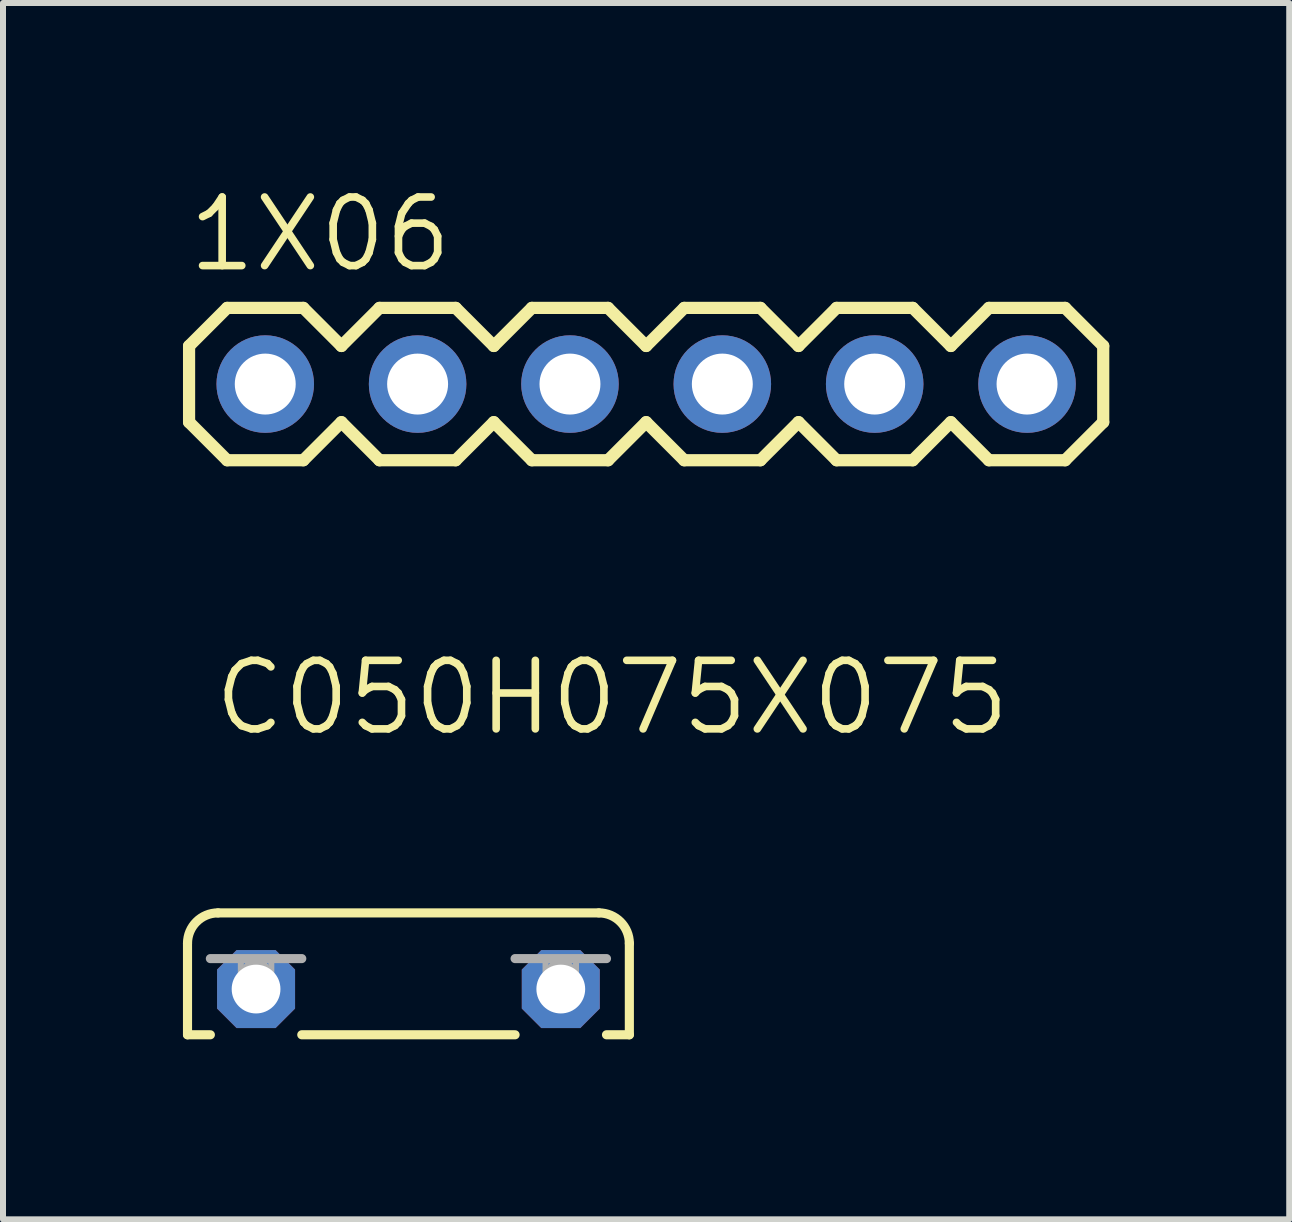
<source format=kicad_pcb>
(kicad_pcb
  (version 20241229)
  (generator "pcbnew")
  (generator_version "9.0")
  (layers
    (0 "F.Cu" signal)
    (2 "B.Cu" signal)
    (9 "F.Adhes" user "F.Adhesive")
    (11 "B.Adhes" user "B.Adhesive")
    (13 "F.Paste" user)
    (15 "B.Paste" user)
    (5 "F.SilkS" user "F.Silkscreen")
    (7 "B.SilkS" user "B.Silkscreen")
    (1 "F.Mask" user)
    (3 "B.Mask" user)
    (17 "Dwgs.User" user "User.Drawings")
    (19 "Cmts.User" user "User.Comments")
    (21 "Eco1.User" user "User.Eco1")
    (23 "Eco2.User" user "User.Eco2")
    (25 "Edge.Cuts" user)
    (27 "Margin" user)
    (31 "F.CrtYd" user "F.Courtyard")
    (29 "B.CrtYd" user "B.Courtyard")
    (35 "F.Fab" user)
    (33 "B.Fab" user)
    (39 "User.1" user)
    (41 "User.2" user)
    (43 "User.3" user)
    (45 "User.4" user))
  (footprint "C050H075X075"
    (layer "F.Cu")
    (at 3.759 13.439)
    (property "Reference" "C050H075X075" (at -3.302 -4.191 0) (layer "F.SilkS") (effects (font (size 1.143 1.143) (thickness 0.127)) (justify left bottom)))
    (fp_line (start -3.683 -0.762) (end -3.683 0.762) (stroke (width 0.152) (type solid)) (layer "F.SilkS"))
    (fp_line (start -3.683 0.762) (end -3.302 0.762) (stroke (width 0.152) (type solid)) (layer "F.SilkS"))
    (fp_line (start -1.778 0.762) (end 1.778 0.762) (stroke (width 0.152) (type solid)) (layer "F.SilkS"))
    (fp_line (start 3.175 -1.27) (end -3.175 -1.27) (stroke (width 0.152) (type solid)) (layer "F.SilkS"))
    (fp_line (start 3.302 0.762) (end 3.683 0.762) (stroke (width 0.152) (type solid)) (layer "F.SilkS"))
    (fp_line (start 3.683 0.762) (end 3.683 -0.762) (stroke (width 0.152) (type solid)) (layer "F.SilkS"))
    (fp_arc (start -3.683 -0.762) (mid -3.53421 -1.12121) (end -3.175 -1.27) (stroke (width 0.1524) (type solid)) (layer "F.SilkS"))
    (fp_arc (start 3.175 -1.27) (mid 3.53421 -1.12121) (end 3.683 -0.762) (stroke (width 0.1524) (type solid)) (layer "F.SilkS"))
    (fp_line (start -3.302 -0.508) (end -1.778 -0.508) (stroke (width 0.152) (type solid)) (layer "F.Fab"))
    (fp_line (start -2.54 0) (end -2.54 -0.254) (stroke (width 0.508) (type solid)) (layer "F.Fab"))
    (fp_line (start 1.778 -0.508) (end 3.302 -0.508) (stroke (width 0.152) (type solid)) (layer "F.Fab"))
    (fp_line (start 2.54 0) (end 2.54 -0.254) (stroke (width 0.508) (type solid)) (layer "F.Fab"))
    (fp_poly (pts (xy -2.794 -0.127) (xy -2.286 -0.127) (xy -2.286 -0.508) (xy -2.794 -0.508)) (stroke (width 0.1) (type solid)) (fill no) (layer "F.Fab"))
    (fp_poly (pts (xy 2.286 -0.127) (xy 2.794 -0.127) (xy 2.794 -0.508) (xy 2.286 -0.508)) (stroke (width 0.1) (type solid)) (fill no) (layer "F.Fab"))
    (pad "1" thru_hole roundrect (at -2.54 0) (size 1.3 1.3) (drill 0.813) (layers "*.Cu" "*.Mask") (roundrect_rratio 0.25) (chamfer_ratio 0.25) (chamfer top_left top_right bottom_left bottom_right))
    (pad "2" thru_hole roundrect (at 2.54 0) (size 1.3 1.3) (drill 0.813) (layers "*.Cu" "*.Mask") (roundrect_rratio 0.25) (chamfer_ratio 0.25) (chamfer top_left top_right bottom_left bottom_right)))
  (footprint "1X06"
    (layer "F.Cu")
    (at 1.372 3.353)
    (property "Reference" "1X06" (at -1.346 -1.829 0) (layer "F.SilkS") (effects (font (size 1.143 1.143) (thickness 0.127)) (justify left bottom)))
    (fp_line (start -1.27 -0.635) (end -1.27 0.635) (stroke (width 0.203) (type solid)) (layer "F.SilkS"))
    (fp_line (start -1.27 0.635) (end -0.635 1.27) (stroke (width 0.203) (type solid)) (layer "F.SilkS"))
    (fp_line (start -0.635 -1.27) (end -1.27 -0.635) (stroke (width 0.203) (type solid)) (layer "F.SilkS"))
    (fp_line (start -0.635 -1.27) (end 0.635 -1.27) (stroke (width 0.203) (type solid)) (layer "F.SilkS"))
    (fp_line (start 0.635 -1.27) (end 1.27 -0.635) (stroke (width 0.203) (type solid)) (layer "F.SilkS"))
    (fp_line (start 0.635 1.27) (end -0.635 1.27) (stroke (width 0.203) (type solid)) (layer "F.SilkS"))
    (fp_line (start 1.27 -0.635) (end 1.905 -1.27) (stroke (width 0.203) (type solid)) (layer "F.SilkS"))
    (fp_line (start 1.27 0.635) (end 0.635 1.27) (stroke (width 0.203) (type solid)) (layer "F.SilkS"))
    (fp_line (start 1.905 -1.27) (end 3.175 -1.27) (stroke (width 0.203) (type solid)) (layer "F.SilkS"))
    (fp_line (start 1.905 1.27) (end 1.27 0.635) (stroke (width 0.203) (type solid)) (layer "F.SilkS"))
    (fp_line (start 3.175 -1.27) (end 3.81 -0.635) (stroke (width 0.203) (type solid)) (layer "F.SilkS"))
    (fp_line (start 3.175 1.27) (end 1.905 1.27) (stroke (width 0.203) (type solid)) (layer "F.SilkS"))
    (fp_line (start 3.81 -0.635) (end 4.445 -1.27) (stroke (width 0.203) (type solid)) (layer "F.SilkS"))
    (fp_line (start 3.81 0.635) (end 3.175 1.27) (stroke (width 0.203) (type solid)) (layer "F.SilkS"))
    (fp_line (start 4.445 -1.27) (end 5.715 -1.27) (stroke (width 0.203) (type solid)) (layer "F.SilkS"))
    (fp_line (start 4.445 1.27) (end 3.81 0.635) (stroke (width 0.203) (type solid)) (layer "F.SilkS"))
    (fp_line (start 5.715 -1.27) (end 6.35 -0.635) (stroke (width 0.203) (type solid)) (layer "F.SilkS"))
    (fp_line (start 5.715 1.27) (end 4.445 1.27) (stroke (width 0.203) (type solid)) (layer "F.SilkS"))
    (fp_line (start 6.35 0.635) (end 5.715 1.27) (stroke (width 0.203) (type solid)) (layer "F.SilkS"))
    (fp_line (start 6.35 0.635) (end 6.985 1.27) (stroke (width 0.203) (type solid)) (layer "F.SilkS"))
    (fp_line (start 6.985 -1.27) (end 6.35 -0.635) (stroke (width 0.203) (type solid)) (layer "F.SilkS"))
    (fp_line (start 6.985 -1.27) (end 8.255 -1.27) (stroke (width 0.203) (type solid)) (layer "F.SilkS"))
    (fp_line (start 8.255 -1.27) (end 8.89 -0.635) (stroke (width 0.203) (type solid)) (layer "F.SilkS"))
    (fp_line (start 8.255 1.27) (end 6.985 1.27) (stroke (width 0.203) (type solid)) (layer "F.SilkS"))
    (fp_line (start 8.89 -0.635) (end 9.525 -1.27) (stroke (width 0.203) (type solid)) (layer "F.SilkS"))
    (fp_line (start 8.89 0.635) (end 8.255 1.27) (stroke (width 0.203) (type solid)) (layer "F.SilkS"))
    (fp_line (start 9.525 -1.27) (end 10.795 -1.27) (stroke (width 0.203) (type solid)) (layer "F.SilkS"))
    (fp_line (start 9.525 1.27) (end 8.89 0.635) (stroke (width 0.203) (type solid)) (layer "F.SilkS"))
    (fp_line (start 10.795 -1.27) (end 11.43 -0.635) (stroke (width 0.203) (type solid)) (layer "F.SilkS"))
    (fp_line (start 10.795 1.27) (end 9.525 1.27) (stroke (width 0.203) (type solid)) (layer "F.SilkS"))
    (fp_line (start 11.43 -0.635) (end 12.065 -1.27) (stroke (width 0.203) (type solid)) (layer "F.SilkS"))
    (fp_line (start 11.43 0.635) (end 10.795 1.27) (stroke (width 0.203) (type solid)) (layer "F.SilkS"))
    (fp_line (start 12.065 -1.27) (end 13.335 -1.27) (stroke (width 0.203) (type solid)) (layer "F.SilkS"))
    (fp_line (start 12.065 1.27) (end 11.43 0.635) (stroke (width 0.203) (type solid)) (layer "F.SilkS"))
    (fp_line (start 13.335 -1.27) (end 13.97 -0.635) (stroke (width 0.203) (type solid)) (layer "F.SilkS"))
    (fp_line (start 13.335 1.27) (end 12.065 1.27) (stroke (width 0.203) (type solid)) (layer "F.SilkS"))
    (fp_line (start 13.97 -0.635) (end 13.97 0.635) (stroke (width 0.203) (type solid)) (layer "F.SilkS"))
    (fp_line (start 13.97 0.635) (end 13.335 1.27) (stroke (width 0.203) (type solid)) (layer "F.SilkS"))
    (fp_poly (pts (xy -0.254 0.254) (xy 0.254 0.254) (xy 0.254 -0.254) (xy -0.254 -0.254)) (stroke (width 0.1) (type solid)) (fill no) (layer "F.Fab"))
    (fp_poly (pts (xy 2.286 0.254) (xy 2.794 0.254) (xy 2.794 -0.254) (xy 2.286 -0.254)) (stroke (width 0.1) (type solid)) (fill no) (layer "F.Fab"))
    (fp_poly (pts (xy 4.826 0.254) (xy 5.334 0.254) (xy 5.334 -0.254) (xy 4.826 -0.254)) (stroke (width 0.1) (type solid)) (fill no) (layer "F.Fab"))
    (fp_poly (pts (xy 7.366 0.254) (xy 7.874 0.254) (xy 7.874 -0.254) (xy 7.366 -0.254)) (stroke (width 0.1) (type solid)) (fill no) (layer "F.Fab"))
    (fp_poly (pts (xy 9.906 0.254) (xy 10.414 0.254) (xy 10.414 -0.254) (xy 9.906 -0.254)) (stroke (width 0.1) (type solid)) (fill no) (layer "F.Fab"))
    (fp_poly (pts (xy 12.446 0.254) (xy 12.954 0.254) (xy 12.954 -0.254) (xy 12.446 -0.254)) (stroke (width 0.1) (type solid)) (fill no) (layer "F.Fab"))
    (pad "1" thru_hole circle (at 0 0 90) (size 1.626 1.626) (drill 1.016) (layers "*.Cu" "*.Mask"))
    (pad "2" thru_hole circle (at 2.54 0 90) (size 1.626 1.626) (drill 1.016) (layers "*.Cu" "*.Mask"))
    (pad "3" thru_hole circle (at 5.08 0 90) (size 1.626 1.626) (drill 1.016) (layers "*.Cu" "*.Mask"))
    (pad "4" thru_hole circle (at 7.62 0 90) (size 1.626 1.626) (drill 1.016) (layers "*.Cu" "*.Mask"))
    (pad "5" thru_hole circle (at 10.16 0 90) (size 1.626 1.626) (drill 1.016) (layers "*.Cu" "*.Mask"))
    (pad "6" thru_hole circle (at 12.7 0 90) (size 1.626 1.626) (drill 1.016) (layers "*.Cu" "*.Mask")))
  (gr_rect
    (start -3 -3)
    (end 18.443 17.278)
    (stroke (width 0.1) (type default))
    (fill no)
    (layer "Edge.Cuts")))
</source>
